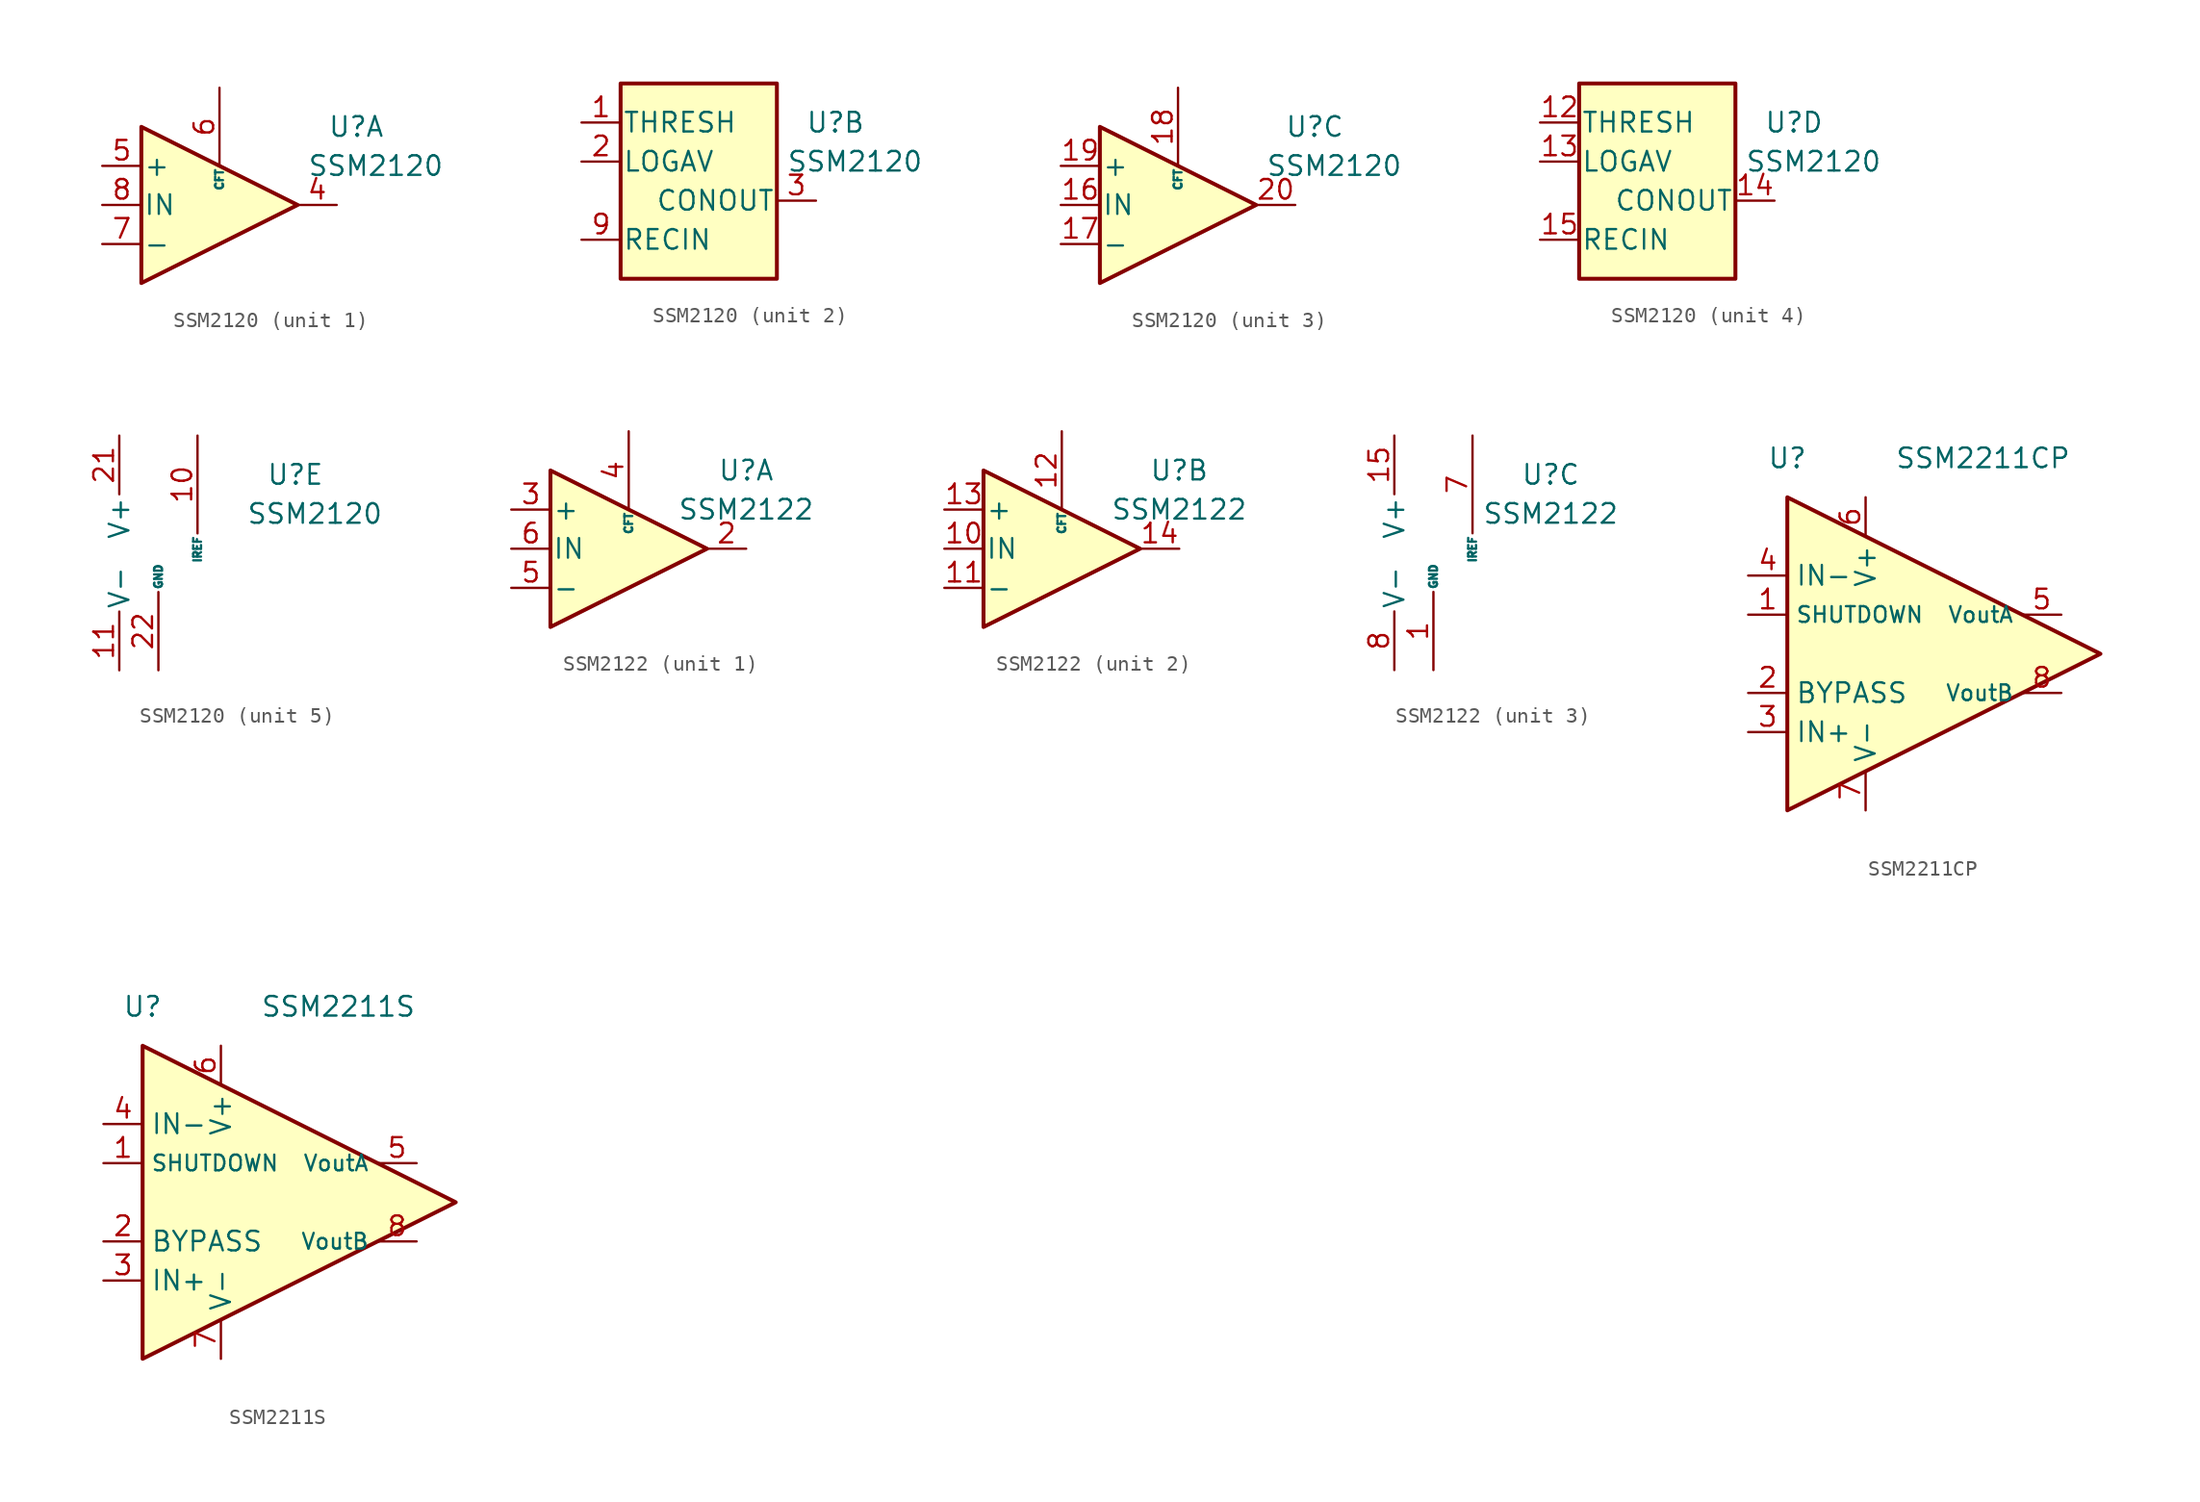
<source format=kicad_sym>
(kicad_symbol_lib
  (version 20220914)
  (generator kicad_symbol_editor)
  (symbol "SSM2120"
    (pin_names
      (offset 0.127))
    (property "Reference" "U"
      (at 8.89 5.08 0)
      (effects (font (size 1.27 1.27))))
    (property "Value" "SSM2120"
      (at 10.16 2.54 0)
      (effects (font (size 1.27 1.27))))
    (property "ki_locked" ""
      (at 0 0 0)
      (effects (font (size 1.27 1.27))))
    (symbol "SSM2120_1_1"
      (polyline (pts (xy -5.08 5.08) (xy 5.08 0) (xy -5.08 -5.08) (xy -5.08 5.08)) (stroke (width 0.254) (type default)) (fill (type background)))
      (pin output line (at 7.62 0 180) (length 2.54) (name "~" (effects (font (size 1.27 1.27)))) (number "4" (effects (font (size 1.27 1.27)))))
      (pin input line (at -7.62 2.54 0) (length 2.54) (name "+" (effects (font (size 1.27 1.27)))) (number "5" (effects (font (size 1.27 1.27)))))
      (pin input line (at 0 7.62 270) (length 5.08) (name "CFT" (effects (font (size 0.508 0.508)))) (number "6" (effects (font (size 1.27 1.27)))))
      (pin input line (at -7.62 -2.54 0) (length 2.54) (name "-" (effects (font (size 1.27 1.27)))) (number "7" (effects (font (size 1.27 1.27)))))
      (pin input line (at -7.62 0 0) (length 2.54) (name "IN" (effects (font (size 1.27 1.27)))) (number "8" (effects (font (size 1.27 1.27))))))
    (symbol "SSM2120_2_1"
      (rectangle (start -5.08 7.62) (end 5.08 -5.08) (stroke (width 0.254) (type default)) (fill (type background)))
      (pin input line (at -7.62 5.08 0) (length 2.54) (name "THRESH" (effects (font (size 1.27 1.27)))) (number "1" (effects (font (size 1.27 1.27)))))
      (pin input line (at -7.62 2.54 0) (length 2.54) (name "LOGAV" (effects (font (size 1.27 1.27)))) (number "2" (effects (font (size 1.27 1.27)))))
      (pin input line (at 7.62 0 180) (length 2.54) (name "CONOUT" (effects (font (size 1.27 1.27)))) (number "3" (effects (font (size 1.27 1.27)))))
      (pin input line (at -7.62 -2.54 0) (length 2.54) (name "RECIN" (effects (font (size 1.27 1.27)))) (number "9" (effects (font (size 1.27 1.27))))))
    (symbol "SSM2120_3_1"
      (polyline (pts (xy -5.08 5.08) (xy 5.08 0) (xy -5.08 -5.08) (xy -5.08 5.08)) (stroke (width 0.254) (type default)) (fill (type background)))
      (pin input line (at -7.62 0 0) (length 2.54) (name "IN" (effects (font (size 1.27 1.27)))) (number "16" (effects (font (size 1.27 1.27)))))
      (pin input line (at -7.62 -2.54 0) (length 2.54) (name "-" (effects (font (size 1.27 1.27)))) (number "17" (effects (font (size 1.27 1.27)))))
      (pin input line (at 0 7.62 270) (length 5.08) (name "CFT" (effects (font (size 0.508 0.508)))) (number "18" (effects (font (size 1.27 1.27)))))
      (pin input line (at -7.62 2.54 0) (length 2.54) (name "+" (effects (font (size 1.27 1.27)))) (number "19" (effects (font (size 1.27 1.27)))))
      (pin output line (at 7.62 0 180) (length 2.54) (name "~" (effects (font (size 1.27 1.27)))) (number "20" (effects (font (size 1.27 1.27))))))
    (symbol "SSM2120_4_1"
      (rectangle (start -5.08 7.62) (end 5.08 -5.08) (stroke (width 0.254) (type default)) (fill (type background)))
      (pin input line (at -7.62 5.08 0) (length 2.54) (name "THRESH" (effects (font (size 1.27 1.27)))) (number "12" (effects (font (size 1.27 1.27)))))
      (pin input line (at -7.62 2.54 0) (length 2.54) (name "LOGAV" (effects (font (size 1.27 1.27)))) (number "13" (effects (font (size 1.27 1.27)))))
      (pin input line (at 7.62 0 180) (length 2.54) (name "CONOUT" (effects (font (size 1.27 1.27)))) (number "14" (effects (font (size 1.27 1.27)))))
      (pin input line (at -7.62 -2.54 0) (length 2.54) (name "RECIN" (effects (font (size 1.27 1.27)))) (number "15" (effects (font (size 1.27 1.27))))))
    (symbol "SSM2120_5_0"
      (pin input line (at 2.54 7.62 270) (length 6.35) (name "IREF" (effects (font (size 0.508 0.508)))) (number "10" (effects (font (size 1.27 1.27)))))
      (pin power_in line (at -2.54 -7.62 90) (length 3.81) (name "V-" (effects (font (size 1.27 1.27)))) (number "11" (effects (font (size 1.27 1.27)))))
      (pin power_in line (at -2.54 7.62 270) (length 3.81) (name "V+" (effects (font (size 1.27 1.27)))) (number "21" (effects (font (size 1.27 1.27)))))
      (pin power_in line (at 0 -7.62 90) (length 5.08) (name "GND" (effects (font (size 0.508 0.508)))) (number "22" (effects (font (size 1.27 1.27)))))))
  (symbol "SSM2122"
    (pin_names
      (offset 0.127))
    (property "Reference" "U"
      (at 7.62 5.08 0)
      (effects (font (size 1.27 1.27))))
    (property "Value" "SSM2122"
      (at 7.62 2.54 0)
      (effects (font (size 1.27 1.27))))
    (property "ki_locked" ""
      (at 0 0 0)
      (effects (font (size 1.27 1.27))))
    (symbol "SSM2122_1_1"
      (polyline (pts (xy -5.08 5.08) (xy 5.08 0) (xy -5.08 -5.08) (xy -5.08 5.08)) (stroke (width 0.254) (type default)) (fill (type background)))
      (pin output line (at 7.62 0 180) (length 2.54) (name "~" (effects (font (size 1.27 1.27)))) (number "2" (effects (font (size 1.27 1.27)))))
      (pin input line (at -7.62 2.54 0) (length 2.54) (name "+" (effects (font (size 1.27 1.27)))) (number "3" (effects (font (size 1.27 1.27)))))
      (pin input line (at 0 7.62 270) (length 5.08) (name "CFT" (effects (font (size 0.508 0.508)))) (number "4" (effects (font (size 1.27 1.27)))))
      (pin input line (at -7.62 -2.54 0) (length 2.54) (name "-" (effects (font (size 1.27 1.27)))) (number "5" (effects (font (size 1.27 1.27)))))
      (pin input line (at -7.62 0 0) (length 2.54) (name "IN" (effects (font (size 1.27 1.27)))) (number "6" (effects (font (size 1.27 1.27))))))
    (symbol "SSM2122_2_1"
      (polyline (pts (xy -5.08 5.08) (xy 5.08 0) (xy -5.08 -5.08) (xy -5.08 5.08)) (stroke (width 0.254) (type default)) (fill (type background)))
      (pin input line (at -7.62 0 0) (length 2.54) (name "IN" (effects (font (size 1.27 1.27)))) (number "10" (effects (font (size 1.27 1.27)))))
      (pin input line (at -7.62 -2.54 0) (length 2.54) (name "-" (effects (font (size 1.27 1.27)))) (number "11" (effects (font (size 1.27 1.27)))))
      (pin input line (at 0 7.62 270) (length 5.08) (name "CFT" (effects (font (size 0.508 0.508)))) (number "12" (effects (font (size 1.27 1.27)))))
      (pin input line (at -7.62 2.54 0) (length 2.54) (name "+" (effects (font (size 1.27 1.27)))) (number "13" (effects (font (size 1.27 1.27)))))
      (pin output line (at 7.62 0 180) (length 2.54) (name "~" (effects (font (size 1.27 1.27)))) (number "14" (effects (font (size 1.27 1.27))))))
    (symbol "SSM2122_3_0"
      (pin power_in line (at 0 -7.62 90) (length 5.08) (name "GND" (effects (font (size 0.508 0.508)))) (number "1" (effects (font (size 1.27 1.27)))))
      (pin power_in line (at -2.54 7.62 270) (length 3.81) (name "V+" (effects (font (size 1.27 1.27)))) (number "15" (effects (font (size 1.27 1.27)))))
      (pin passive line (at 0 -7.62 90) (length 5.08) hide (name "GND" (effects (font (size 0.508 0.508)))) (number "16" (effects (font (size 1.27 1.27)))))
      (pin input line (at 2.54 7.62 270) (length 6.35) (name "IREF" (effects (font (size 0.508 0.508)))) (number "7" (effects (font (size 1.27 1.27)))))
      (pin power_in line (at -2.54 -7.62 90) (length 3.81) (name "V-" (effects (font (size 1.27 1.27)))) (number "8" (effects (font (size 1.27 1.27)))))
      (pin passive line (at 0 -7.62 90) (length 5.08) hide (name "GND" (effects (font (size 0.508 0.508)))) (number "9" (effects (font (size 1.27 1.27)))))))
  (symbol "SSM2211CP"
    (property "Reference" "U"
      (at -7.62 12.7 0)
      (effects (font (size 1.27 1.27))))
    (property "Value" "SSM2211CP"
      (at 5.08 12.7 0)
      (effects (font (size 1.27 1.27))))
    (symbol "SSM2211CP_0_1"
      (polyline (pts (xy -7.62 10.16) (xy -7.62 -10.16) (xy 12.7 0) (xy -7.62 10.16)) (stroke (width 0.254) (type default)) (fill (type background))))
    (symbol "SSM2211CP_1_1"
      (pin input line (at -10.16 2.54 0) (length 2.54) (name "SHUTDOWN" (effects (font (size 1.016 1.016)))) (number "1" (effects (font (size 1.27 1.27)))))
      (pin passive line (at -10.16 -2.54 0) (length 2.54) (name "BYPASS" (effects (font (size 1.27 1.27)))) (number "2" (effects (font (size 1.27 1.27)))))
      (pin input line (at -10.16 -5.08 0) (length 2.54) (name "IN+" (effects (font (size 1.27 1.27)))) (number "3" (effects (font (size 1.27 1.27)))))
      (pin input line (at -10.16 5.08 0) (length 2.54) (name "IN-" (effects (font (size 1.27 1.27)))) (number "4" (effects (font (size 1.27 1.27)))))
      (pin output line (at 10.16 2.54 180) (length 2.54) (name "VoutA" (effects (font (size 1.016 1.016)))) (number "5" (effects (font (size 1.27 1.27)))))
      (pin power_in line (at -2.54 10.16 270) (length 2.54) (name "V+" (effects (font (size 1.27 1.27)))) (number "6" (effects (font (size 1.27 1.27)))))
      (pin power_in line (at -2.54 -10.16 90) (length 2.54) (name "V-" (effects (font (size 1.27 1.27)))) (number "7" (effects (font (size 1.27 1.27)))))
      (pin output line (at 10.16 -2.54 180) (length 2.54) (name "VoutB" (effects (font (size 1.016 1.016)))) (number "8" (effects (font (size 1.27 1.27)))))
      (pin passive line (at -2.54 -10.16 90) (length 2.54) hide (name "V-" (effects (font (size 1.27 1.27)))) (number "9" (effects (font (size 1.27 1.27)))))))
  (symbol "SSM2211S"
    (property "Reference" "U"
      (at -7.62 12.7 0)
      (effects (font (size 1.27 1.27))))
    (property "Value" "SSM2211S"
      (at 5.08 12.7 0)
      (effects (font (size 1.27 1.27))))
    (symbol "SSM2211S_0_1"
      (polyline (pts (xy -7.62 10.16) (xy -7.62 -10.16) (xy 12.7 0) (xy -7.62 10.16)) (stroke (width 0.254) (type default)) (fill (type background))))
    (symbol "SSM2211S_1_1"
      (pin input line (at -10.16 2.54 0) (length 2.54) (name "SHUTDOWN" (effects (font (size 1.016 1.016)))) (number "1" (effects (font (size 1.27 1.27)))))
      (pin passive line (at -10.16 -2.54 0) (length 2.54) (name "BYPASS" (effects (font (size 1.27 1.27)))) (number "2" (effects (font (size 1.27 1.27)))))
      (pin input line (at -10.16 -5.08 0) (length 2.54) (name "IN+" (effects (font (size 1.27 1.27)))) (number "3" (effects (font (size 1.27 1.27)))))
      (pin input line (at -10.16 5.08 0) (length 2.54) (name "IN-" (effects (font (size 1.27 1.27)))) (number "4" (effects (font (size 1.27 1.27)))))
      (pin output line (at 10.16 2.54 180) (length 2.54) (name "VoutA" (effects (font (size 1.016 1.016)))) (number "5" (effects (font (size 1.27 1.27)))))
      (pin power_in line (at -2.54 10.16 270) (length 2.54) (name "V+" (effects (font (size 1.27 1.27)))) (number "6" (effects (font (size 1.27 1.27)))))
      (pin power_in line (at -2.54 -10.16 90) (length 2.54) (name "V-" (effects (font (size 1.27 1.27)))) (number "7" (effects (font (size 1.27 1.27)))))
      (pin output line (at 10.16 -2.54 180) (length 2.54) (name "VoutB" (effects (font (size 1.016 1.016)))) (number "8" (effects (font (size 1.27 1.27))))))))
</source>
